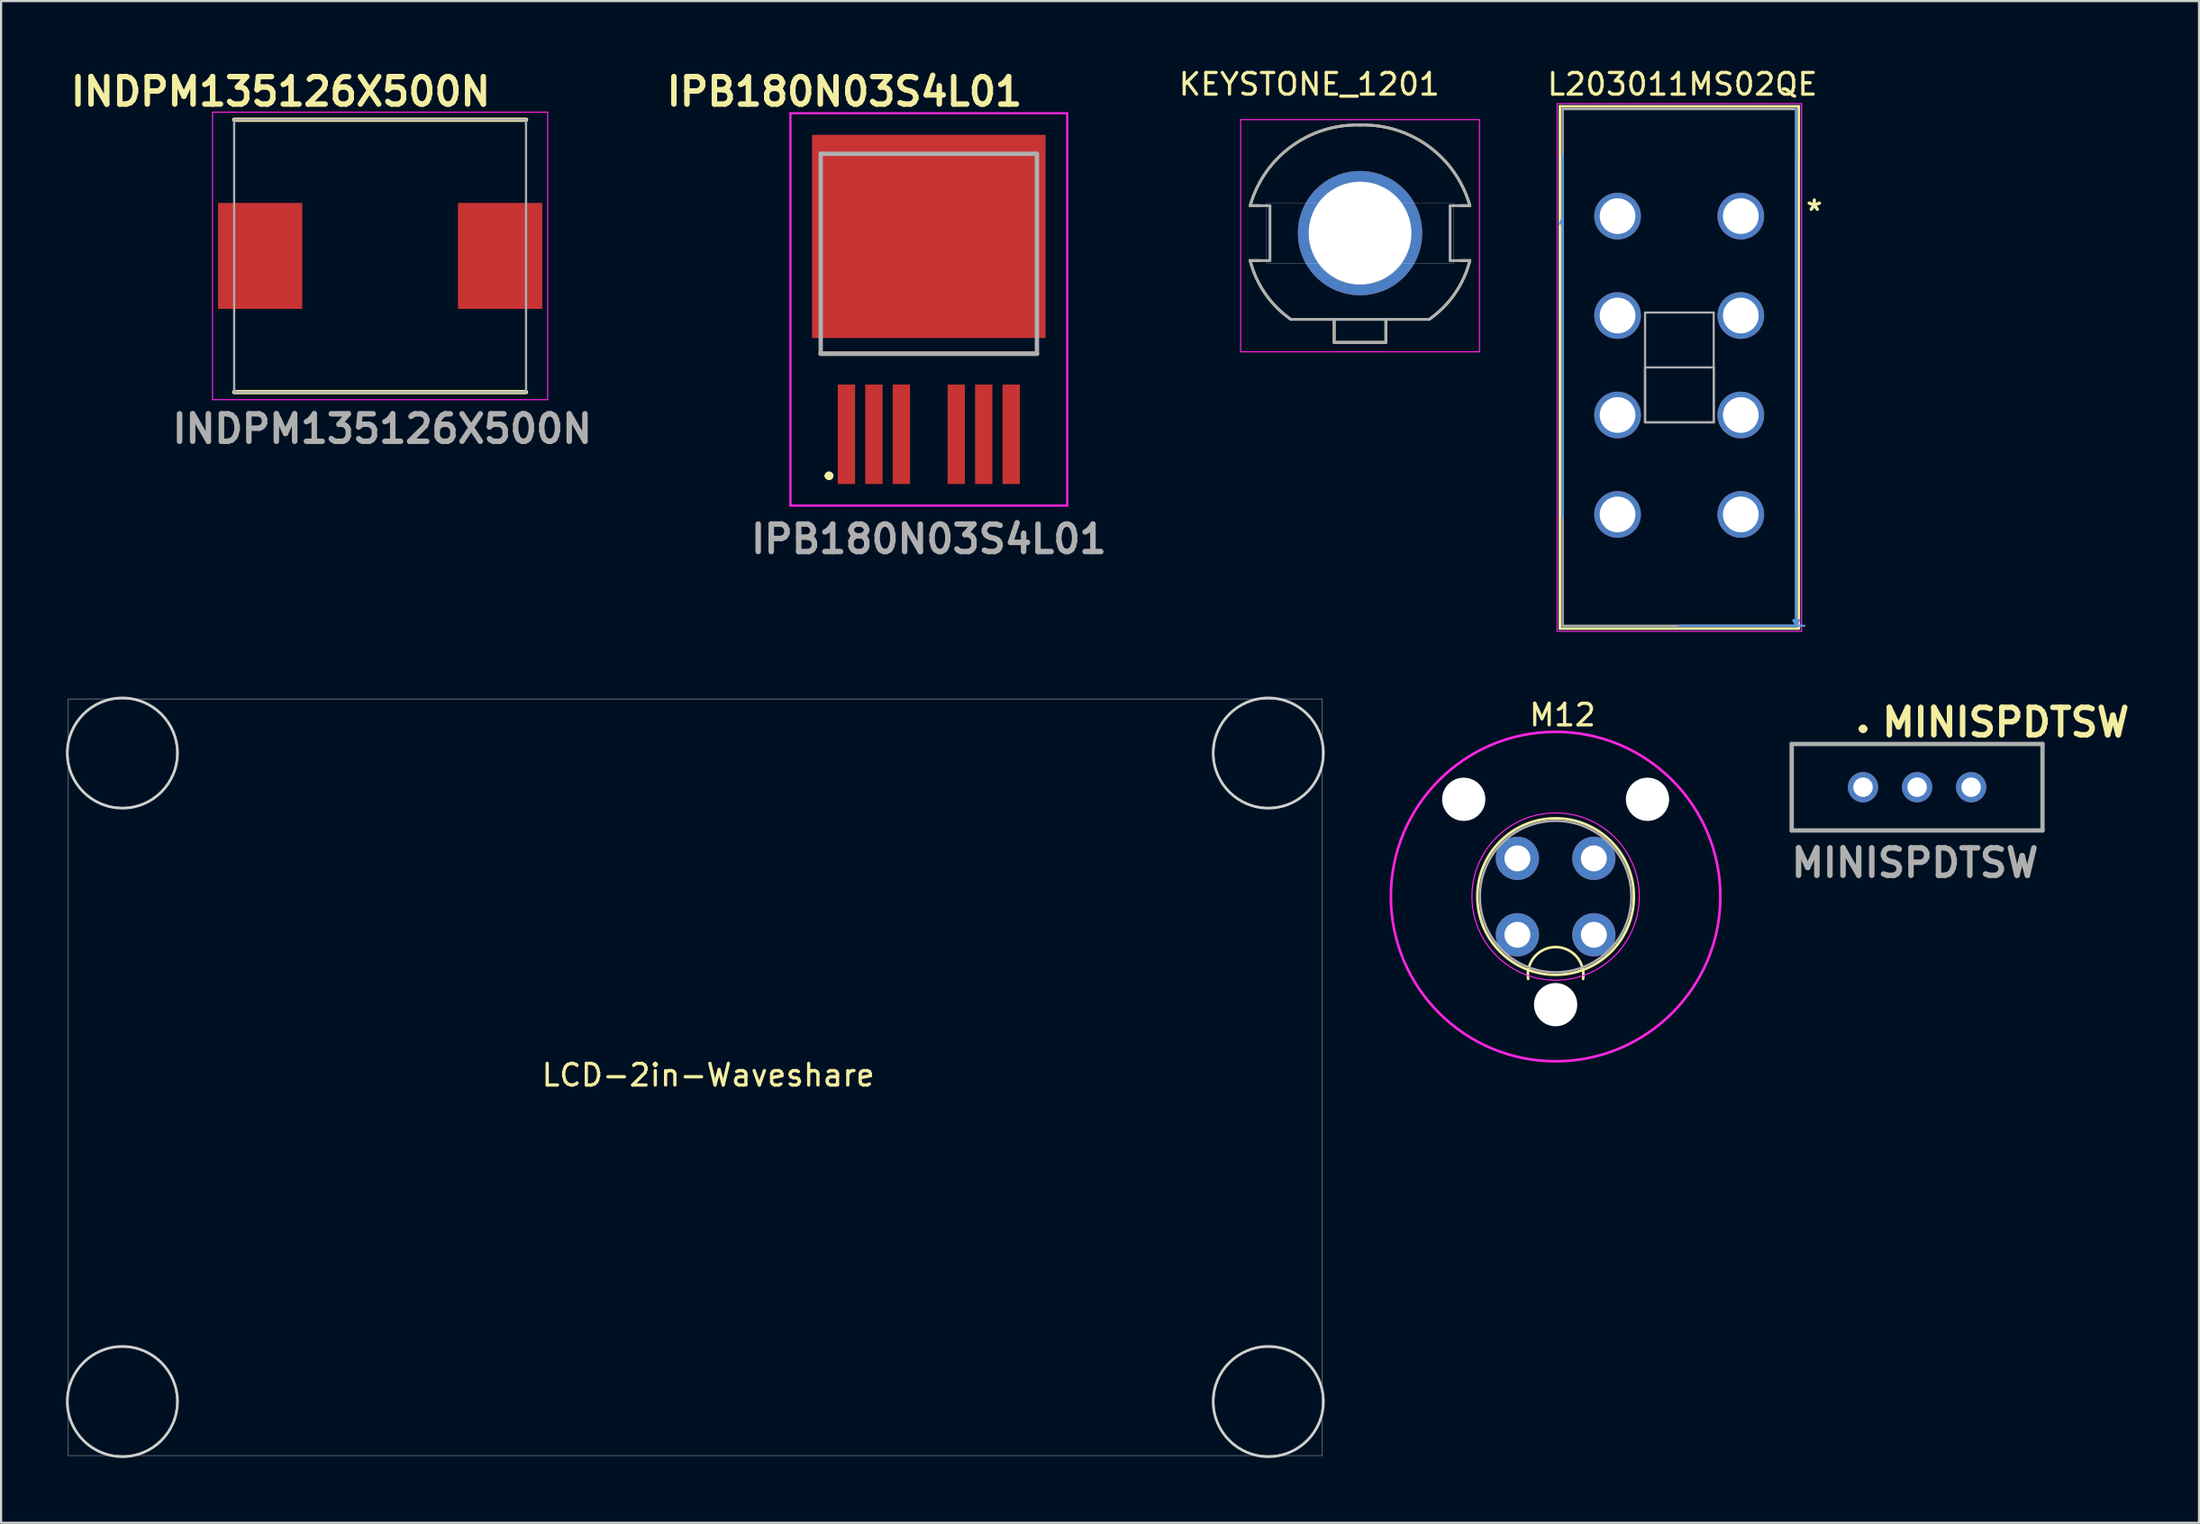
<source format=kicad_pcb>
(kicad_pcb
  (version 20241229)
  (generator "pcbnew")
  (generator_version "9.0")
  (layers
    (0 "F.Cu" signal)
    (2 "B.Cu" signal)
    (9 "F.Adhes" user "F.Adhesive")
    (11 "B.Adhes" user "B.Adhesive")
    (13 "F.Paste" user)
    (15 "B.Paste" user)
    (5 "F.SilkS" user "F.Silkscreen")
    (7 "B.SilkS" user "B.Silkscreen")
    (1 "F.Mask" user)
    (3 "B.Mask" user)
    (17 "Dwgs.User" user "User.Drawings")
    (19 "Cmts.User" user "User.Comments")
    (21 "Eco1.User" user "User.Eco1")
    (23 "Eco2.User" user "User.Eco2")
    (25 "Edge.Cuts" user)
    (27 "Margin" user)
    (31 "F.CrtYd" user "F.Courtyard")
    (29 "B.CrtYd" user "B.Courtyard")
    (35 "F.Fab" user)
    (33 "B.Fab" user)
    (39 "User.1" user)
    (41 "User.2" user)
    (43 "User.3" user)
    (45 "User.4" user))
  (footprint "L203011MS02QE"
    (layer "F.Cu")
    (at 74.575 13.953)
    (property "Reference" "L203011MS02QE" (at 0.189 -13.105 0) (layer "F.SilkS") (effects (font (size 1 1) (thickness 0.15))))
    (attr through_hole)
    (fp_line (start -5.476 -12.082) (end -5.476 12.073) (stroke (width 0.12) (type solid)) (layer "F.SilkS"))
    (fp_line (start -5.476 12.073) (end 5.573 12.073) (stroke (width 0.12) (type solid)) (layer "F.SilkS"))
    (fp_line (start 5.573 -12.082) (end -5.476 -12.082) (stroke (width 0.12) (type solid)) (layer "F.SilkS"))
    (fp_line (start 5.573 12.073) (end 5.573 -12.082) (stroke (width 0.12) (type solid)) (layer "F.SilkS"))
    (fp_line (start -5.351 -6.905) (end -5.479 -6.651) (stroke (width 0.1) (type solid)) (layer "Cmts.User"))
    (fp_line (start -5.351 -6.905) (end -5.351 -2.305) (stroke (width 0.1) (type solid)) (layer "Cmts.User"))
    (fp_line (start -5.349 6.895) (end -5.349 -9.826) (stroke (width 0.1) (type solid)) (layer "Cmts.User"))
    (fp_line (start 0.049 11.946) (end 5.83 11.946) (stroke (width 0.1) (type solid)) (layer "Cmts.User"))
    (fp_line (start 5.322 11.692) (end 5.576 11.692) (stroke (width 0.1) (type solid)) (layer "Cmts.User"))
    (fp_line (start 5.446 6.895) (end 5.446 -9.826) (stroke (width 0.1) (type solid)) (layer "Cmts.User"))
    (fp_line (start 5.449 -11.955) (end 5.449 11.946) (stroke (width 0.1) (type solid)) (layer "Cmts.User"))
    (fp_line (start 5.449 11.946) (end 5.322 11.692) (stroke (width 0.1) (type solid)) (layer "Cmts.User"))
    (fp_line (start 5.449 11.946) (end 5.576 11.692) (stroke (width 0.1) (type solid)) (layer "Cmts.User"))
    (fp_line (start -5.603 -12.209) (end -5.603 12.2) (stroke (width 0.05) (type solid)) (layer "F.CrtYd"))
    (fp_line (start 5.7 -12.209) (end -5.603 -12.209) (stroke (width 0.05) (type solid)) (layer "F.CrtYd"))
    (fp_line (start 5.7 -12.209) (end 5.7 12.2) (stroke (width 0.05) (type solid)) (layer "F.CrtYd"))
    (fp_line (start 5.7 12.2) (end -5.603 12.2) (stroke (width 0.05) (type solid)) (layer "F.CrtYd"))
    (fp_line (start -5.349 -11.955) (end -5.349 11.946) (stroke (width 0.1) (type solid)) (layer "F.Fab"))
    (fp_line (start -5.349 11.946) (end 5.446 11.946) (stroke (width 0.1) (type solid)) (layer "F.Fab"))
    (fp_line (start -1.539 -2.545) (end 1.636 -2.545) (stroke (width 0.1) (type solid)) (layer "F.Fab"))
    (fp_line (start -1.539 -0.005) (end 1.636 -0.005) (stroke (width 0.1) (type solid)) (layer "F.Fab"))
    (fp_line (start -1.539 2.535) (end -1.539 -2.545) (stroke (width 0.1) (type solid)) (layer "F.Fab"))
    (fp_line (start -1.539 2.535) (end -1.539 -0.005) (stroke (width 0.1) (type solid)) (layer "F.Fab"))
    (fp_line (start 1.636 -2.545) (end 1.636 2.535) (stroke (width 0.1) (type solid)) (layer "F.Fab"))
    (fp_line (start 1.636 -0.005) (end 1.636 2.535) (stroke (width 0.1) (type solid)) (layer "F.Fab"))
    (fp_line (start 1.636 2.535) (end -1.539 2.535) (stroke (width 0.1) (type solid)) (layer "F.Fab"))
    (fp_line (start 1.636 2.535) (end -1.539 2.535) (stroke (width 0.1) (type solid)) (layer "F.Fab"))
    (fp_line (start 5.446 -11.955) (end -5.349 -11.955) (stroke (width 0.1) (type solid)) (layer "F.Fab"))
    (fp_line (start 5.446 11.946) (end 5.446 -11.955) (stroke (width 0.1) (type solid)) (layer "F.Fab"))
    (fp_text user "*" (at 6.289 -7.205 0) (layer "F.SilkS") (effects (font (size 1 1) (thickness 0.15))))
    (pad "1" thru_hole circle (at 2.889 -7.005) (size 2.159 2.159) (drill 1.651) (layers "*.Cu" "*.Mask"))
    (pad "2" thru_hole circle (at 2.889 -2.405) (size 2.159 2.159) (drill 1.651) (layers "*.Cu" "*.Mask"))
    (pad "3" thru_hole circle (at 2.889 2.195) (size 2.159 2.159) (drill 1.651) (layers "*.Cu" "*.Mask"))
    (pad "4" thru_hole circle (at 2.889 6.795) (size 2.159 2.159) (drill 1.651) (layers "*.Cu" "*.Mask"))
    (pad "5" thru_hole circle (at -2.811 -7.005) (size 2.159 2.159) (drill 1.651) (layers "*.Cu" "*.Mask"))
    (pad "6" thru_hole circle (at -2.811 -2.405) (size 2.159 2.159) (drill 1.651) (layers "*.Cu" "*.Mask"))
    (pad "7" thru_hole circle (at -2.811 2.195) (size 2.159 2.159) (drill 1.651) (layers "*.Cu" "*.Mask"))
    (pad "8" thru_hole circle (at -2.811 6.795) (size 2.159 2.159) (drill 1.651) (layers "*.Cu" "*.Mask")))
  (footprint "IPB180N03S4L01"
    (layer "F.Cu")
    (at 39.909 7.889)
    (property "Reference" "IPB180N03S4L01" (at -3.9 -6.7 0) (layer "F.SilkS") (effects (font (size 1.27 1.27) (thickness 0.254))))
    (attr smd)
    (fp_line (start -5 5.425) (end 5 5.425) (stroke (width 0.2) (type solid)) (layer "F.SilkS"))
    (fp_line (start -4.718 11.071) (end -4.718 11.071) (stroke (width 0.204) (type solid)) (layer "F.SilkS"))
    (fp_line (start -4.514 11.071) (end -4.514 11.071) (stroke (width 0.204) (type solid)) (layer "F.SilkS"))
    (fp_arc (start -4.718 11.071) (mid -4.616 10.969) (end -4.514 11.071) (stroke (width 0.20408) (type solid)) (layer "F.SilkS"))
    (fp_arc (start -4.514 11.071) (mid -4.616 11.173) (end -4.718 11.071) (stroke (width 0.20408) (type solid)) (layer "F.SilkS"))
    (fp_line (start -6.4 -5.7) (end 6.4 -5.7) (stroke (width 0.1) (type solid)) (layer "F.CrtYd"))
    (fp_line (start -6.4 12.45) (end -6.4 -5.7) (stroke (width 0.1) (type solid)) (layer "F.CrtYd"))
    (fp_line (start 6.4 -5.7) (end 6.4 12.45) (stroke (width 0.1) (type solid)) (layer "F.CrtYd"))
    (fp_line (start 6.4 12.45) (end -6.4 12.45) (stroke (width 0.1) (type solid)) (layer "F.CrtYd"))
    (fp_line (start -5 -3.825) (end 5 -3.825) (stroke (width 0.2) (type solid)) (layer "F.Fab"))
    (fp_line (start -5 5.425) (end -5 -3.825) (stroke (width 0.2) (type solid)) (layer "F.Fab"))
    (fp_line (start 5 -3.825) (end 5 5.425) (stroke (width 0.2) (type solid)) (layer "F.Fab"))
    (fp_line (start 5 5.425) (end -5 5.425) (stroke (width 0.2) (type solid)) (layer "F.Fab"))
    (fp_text user "${REFERENCE}" (at 0 14 0) (layer "F.Fab") (effects (font (size 1.27 1.27) (thickness 0.254))))
    (pad "1" smd rect (at -3.81 9.15) (size 0.8 4.6) (layers "F.Cu" "F.Mask" "F.Paste"))
    (pad "2" smd rect (at -2.54 9.15) (size 0.8 4.6) (layers "F.Cu" "F.Mask" "F.Paste"))
    (pad "3" smd rect (at -1.27 9.15) (size 0.8 4.6) (layers "F.Cu" "F.Mask" "F.Paste"))
    (pad "4" smd rect (at 0 0 90) (size 9.4 10.8) (layers "F.Cu" "F.Mask" "F.Paste"))
    (pad "5" smd rect (at 1.27 9.15) (size 0.8 4.6) (layers "F.Cu" "F.Mask" "F.Paste"))
    (pad "6" smd rect (at 2.54 9.15) (size 0.8 4.6) (layers "F.Cu" "F.Mask" "F.Paste"))
    (pad "7" smd rect (at 3.81 9.15) (size 0.8 4.6) (layers "F.Cu" "F.Mask" "F.Paste")))
  (footprint "INDPM135126X500N"
    (layer "F.Cu")
    (at 14.53 8.789)
    (property "Reference" "INDPM135126X500N" (at -4.6 -7.6 0) (layer "F.SilkS") (effects (font (size 1.27 1.27) (thickness 0.254))))
    (attr smd)
    (fp_line (start -6.75 6.3) (end 6.75 6.3) (stroke (width 0.2) (type solid)) (layer "F.SilkS"))
    (fp_line (start 6.75 -6.3) (end -6.75 -6.3) (stroke (width 0.2) (type solid)) (layer "F.SilkS"))
    (fp_line (start -7.75 -6.65) (end 7.75 -6.65) (stroke (width 0.05) (type solid)) (layer "F.CrtYd"))
    (fp_line (start -7.75 6.65) (end -7.75 -6.65) (stroke (width 0.05) (type solid)) (layer "F.CrtYd"))
    (fp_line (start 7.75 -6.65) (end 7.75 6.65) (stroke (width 0.05) (type solid)) (layer "F.CrtYd"))
    (fp_line (start 7.75 6.65) (end -7.75 6.65) (stroke (width 0.05) (type solid)) (layer "F.CrtYd"))
    (fp_line (start -6.75 -6.3) (end 6.75 -6.3) (stroke (width 0.1) (type solid)) (layer "F.Fab"))
    (fp_line (start -6.75 6.3) (end -6.75 -6.3) (stroke (width 0.1) (type solid)) (layer "F.Fab"))
    (fp_line (start 6.75 -6.3) (end 6.75 6.3) (stroke (width 0.1) (type solid)) (layer "F.Fab"))
    (fp_line (start 6.75 6.3) (end -6.75 6.3) (stroke (width 0.1) (type solid)) (layer "F.Fab"))
    (fp_text user "${REFERENCE}" (at 0.1 8 0) (layer "F.Fab") (effects (font (size 1.27 1.27) (thickness 0.254))))
    (pad "1" smd rect (at -5.55 0) (size 3.9 4.9) (layers "F.Cu" "F.Mask" "F.Paste"))
    (pad "2" smd rect (at 5.55 0) (size 3.9 4.9) (layers "F.Cu" "F.Mask" "F.Paste")))
  (footprint "KEYSTONE_1201"
    (layer "F.Cu")
    (at 59.853 7.735)
    (property "Reference" "KEYSTONE_1201" (at -2.347 -6.887 0) (layer "F.SilkS") (effects (font (size 1 1) (thickness 0.15))))
    (attr through_hole)
    (fp_line (start -5.08 -1.27) (end -4.64 -1.27) (stroke (width 0.127) (type solid)) (layer "F.SilkS"))
    (fp_line (start -5.08 1.27) (end -4.64 1.27) (stroke (width 0.127) (type solid)) (layer "F.SilkS"))
    (fp_line (start -3.2 3.988) (end -1.195 3.988) (stroke (width 0.127) (type solid)) (layer "F.SilkS"))
    (fp_line (start -1.195 3.988) (end -1.195 5.055) (stroke (width 0.127) (type solid)) (layer "F.SilkS"))
    (fp_line (start -1.195 3.988) (end 1.195 3.988) (stroke (width 0.127) (type solid)) (layer "F.SilkS"))
    (fp_line (start -1.195 5.055) (end 1.195 5.055) (stroke (width 0.127) (type solid)) (layer "F.SilkS"))
    (fp_line (start 1.195 3.988) (end 3.2 3.988) (stroke (width 0.127) (type solid)) (layer "F.SilkS"))
    (fp_line (start 1.195 5.055) (end 1.195 3.988) (stroke (width 0.127) (type solid)) (layer "F.SilkS"))
    (fp_line (start 5.08 -1.27) (end 4.64 -1.27) (stroke (width 0.127) (type solid)) (layer "F.SilkS"))
    (fp_line (start 5.08 1.27) (end 4.64 1.27) (stroke (width 0.127) (type solid)) (layer "F.SilkS"))
    (fp_arc (start -5.08 -1.27) (mid -3.181841 -4.009143) (end 0 -5) (stroke (width 0.127) (type solid)) (layer "F.SilkS"))
    (fp_arc (start -3.2 3.9878) (mid -4.385729 2.79888) (end -5.08 1.27) (stroke (width 0.127) (type solid)) (layer "F.SilkS"))
    (fp_arc (start 0 -5) (mid 3.181842 -4.009143) (end 5.08 -1.27) (stroke (width 0.127) (type solid)) (layer "F.SilkS"))
    (fp_arc (start 5.08 1.27) (mid 4.385729 2.79888) (end 3.2 3.9878) (stroke (width 0.127) (type solid)) (layer "F.SilkS"))
    (fp_line (start -4.32 -1.395) (end -4.32 1.395) (stroke (width 0.01) (type solid)) (layer "Edge.Cuts"))
    (fp_line (start -4.32 1.395) (end -1.94 1.395) (stroke (width 0.01) (type solid)) (layer "Edge.Cuts"))
    (fp_line (start -1.94 -1.395) (end -4.32 -1.395) (stroke (width 0.01) (type solid)) (layer "Edge.Cuts"))
    (fp_line (start 1.94 1.395) (end 4.32 1.395) (stroke (width 0.01) (type solid)) (layer "Edge.Cuts"))
    (fp_line (start 4.32 -1.395) (end 1.94 -1.395) (stroke (width 0.01) (type solid)) (layer "Edge.Cuts"))
    (fp_line (start 4.32 1.395) (end 4.32 -1.395) (stroke (width 0.01) (type solid)) (layer "Edge.Cuts"))
    (fp_arc (start -1.94 -1.395) (mid -1.087639 -2.117876) (end 0 -2.375) (stroke (width 0.01) (type solid)) (layer "Edge.Cuts"))
    (fp_arc (start 0 -2.375) (mid 1.087639 -2.117876) (end 1.94 -1.395) (stroke (width 0.01) (type solid)) (layer "Edge.Cuts"))
    (fp_arc (start 0 2.375) (mid -1.087639 2.117876) (end -1.94 1.395) (stroke (width 0.01) (type solid)) (layer "Edge.Cuts"))
    (fp_arc (start 1.94 1.395) (mid 1.087639 2.117876) (end 0 2.375) (stroke (width 0.01) (type solid)) (layer "Edge.Cuts"))
    (fp_line (start -5.522 -5.252) (end -5.522 5.489) (stroke (width 0.05) (type solid)) (layer "F.CrtYd"))
    (fp_line (start -5.522 5.489) (end 5.522 5.489) (stroke (width 0.05) (type solid)) (layer "F.CrtYd"))
    (fp_line (start 5.522 -5.252) (end -5.522 -5.252) (stroke (width 0.05) (type solid)) (layer "F.CrtYd"))
    (fp_line (start 5.522 5.489) (end 5.522 -5.252) (stroke (width 0.05) (type solid)) (layer "F.CrtYd"))
    (fp_line (start -5.08 -1.27) (end -4.166 -1.27) (stroke (width 0.127) (type solid)) (layer "F.Fab"))
    (fp_line (start -5.08 1.27) (end -4.166 1.27) (stroke (width 0.127) (type solid)) (layer "F.Fab"))
    (fp_line (start -4.166 -1.27) (end -4.166 1.27) (stroke (width 0.127) (type solid)) (layer "F.Fab"))
    (fp_line (start -3.2 3.988) (end -1.195 3.988) (stroke (width 0.127) (type solid)) (layer "F.Fab"))
    (fp_line (start -1.195 3.988) (end -1.195 5.055) (stroke (width 0.127) (type solid)) (layer "F.Fab"))
    (fp_line (start -1.195 3.988) (end 1.195 3.988) (stroke (width 0.127) (type solid)) (layer "F.Fab"))
    (fp_line (start -1.195 5.055) (end 1.195 5.055) (stroke (width 0.127) (type solid)) (layer "F.Fab"))
    (fp_line (start 1.195 3.988) (end 3.2 3.988) (stroke (width 0.127) (type solid)) (layer "F.Fab"))
    (fp_line (start 1.195 5.055) (end 1.195 3.988) (stroke (width 0.127) (type solid)) (layer "F.Fab"))
    (fp_line (start 4.166 -1.27) (end 4.166 1.27) (stroke (width 0.127) (type solid)) (layer "F.Fab"))
    (fp_line (start 5.08 -1.27) (end 4.166 -1.27) (stroke (width 0.127) (type solid)) (layer "F.Fab"))
    (fp_line (start 5.08 1.27) (end 4.166 1.27) (stroke (width 0.127) (type solid)) (layer "F.Fab"))
    (fp_arc (start -5.08 -1.27) (mid -3.181841 -4.009143) (end 0 -5) (stroke (width 0.127) (type solid)) (layer "F.Fab"))
    (fp_arc (start -3.2 3.9878) (mid -4.385729 2.79888) (end -5.08 1.27) (stroke (width 0.127) (type solid)) (layer "F.Fab"))
    (fp_arc (start 0 -5) (mid 3.181842 -4.009143) (end 5.08 -1.27) (stroke (width 0.127) (type solid)) (layer "F.Fab"))
    (fp_arc (start 5.08 1.27) (mid 4.385729 2.79888) (end 3.2 3.9878) (stroke (width 0.127) (type solid)) (layer "F.Fab"))
    (pad "1" thru_hole circle (at 0 0) (size 5.75 5.75) (drill 4.75) (layers "*.Cu" "*.Mask")))
  (footprint "MINISPDTSW"
    (layer "F.Cu")
    (at 85.618 33.367)
    (property "Reference" "MINISPDTSW" (at 4.1 -3 0) (layer "F.SilkS") (effects (font (size 1.27 1.27) (thickness 0.254))))
    (attr through_hole)
    (fp_line (start -5.8 -2) (end 5.8 -2) (stroke (width 0.1) (type solid)) (layer "F.SilkS"))
    (fp_line (start -5.8 2) (end -5.8 -2) (stroke (width 0.1) (type solid)) (layer "F.SilkS"))
    (fp_line (start -2.6 -2.7) (end -2.6 -2.7) (stroke (width 0.2) (type solid)) (layer "F.SilkS"))
    (fp_line (start -2.4 -2.7) (end -2.4 -2.7) (stroke (width 0.2) (type solid)) (layer "F.SilkS"))
    (fp_line (start 5.8 -2) (end 5.8 2) (stroke (width 0.1) (type solid)) (layer "F.SilkS"))
    (fp_line (start 5.8 2) (end -5.8 2) (stroke (width 0.1) (type solid)) (layer "F.SilkS"))
    (fp_arc (start -2.6 -2.7) (mid -2.5 -2.8) (end -2.4 -2.7) (stroke (width 0.2) (type solid)) (layer "F.SilkS"))
    (fp_arc (start -2.4 -2.7) (mid -2.5 -2.6) (end -2.6 -2.7) (stroke (width 0.2) (type solid)) (layer "F.SilkS"))
    (fp_line (start -5.8 -2) (end 5.8 -2) (stroke (width 0.2) (type solid)) (layer "F.Fab"))
    (fp_line (start -5.8 2) (end -5.8 -2) (stroke (width 0.2) (type solid)) (layer "F.Fab"))
    (fp_line (start 5.8 -2) (end 5.8 2) (stroke (width 0.2) (type solid)) (layer "F.Fab"))
    (fp_line (start 5.8 2) (end -5.8 2) (stroke (width 0.2) (type solid)) (layer "F.Fab"))
    (fp_text user "${REFERENCE}" (at -0.1 3.5 0) (layer "F.Fab") (effects (font (size 1.27 1.27) (thickness 0.254))))
    (pad "1" thru_hole circle (at -2.5 0) (size 1.4 1.4) (drill 0.9) (layers "*.Cu" "*.Mask"))
    (pad "2" thru_hole circle (at 0 0) (size 1.4 1.4) (drill 0.9) (layers "*.Cu" "*.Mask"))
    (pad "3" thru_hole circle (at 2.5 0) (size 1.4 1.4) (drill 0.9) (layers "*.Cu" "*.Mask")))
  (footprint "M12"
    (layer "F.Cu")
    (at 69.019 38.426)
    (property "Reference" "M12" (at 0.2 -8.4 0) (unlocked yes) (layer "F.SilkS") (effects (font (size 1 1) (thickness 0.15))))
    (attr through_hole)
    (fp_arc (start -1.389999 3.810001) (mid -0.120001 2.335867) (end 1.149999 3.809999) (stroke (width 0.12) (type solid)) (layer "F.SilkS"))
    (fp_circle (center -0.12 0) (end -0.12 3.62) (stroke (width 0.12) (type solid)) (fill no) (layer "F.SilkS"))
    (fp_circle (center -0.12 0) (end -0.12 3.87) (stroke (width 0.05) (type solid)) (fill no) (layer "F.CrtYd"))
    (fp_circle (center -0.12 0) (end 7.5 0) (stroke (width 0.12) (type solid)) (fill no) (layer "F.CrtYd"))
    (fp_circle (center -0.12 0) (end -0.12 3.5) (stroke (width 0.1) (type solid)) (fill no) (layer "F.Fab"))
    (pad "" np_thru_hole circle (at -4.37 -4.5) (size 2 2) (drill 2) (layers "*.Cu" "*.Mask"))
    (pad "" np_thru_hole circle (at -0.12 5) (size 2 2) (drill 2) (layers "*.Cu" "*.Mask"))
    (pad "" np_thru_hole circle (at 4.13 -4.5) (size 2 2) (drill 2) (layers "*.Cu" "*.Mask"))
    (pad "1" thru_hole oval (at -1.888 1.768) (size 2 2) (drill 1.2) (layers "*.Cu" "*.Mask"))
    (pad "2" thru_hole oval (at 1.648 1.768) (size 2 2) (drill 1.2) (layers "*.Cu" "*.Mask"))
    (pad "3" thru_hole oval (at 1.648 -1.768) (size 2 2) (drill 1.2) (layers "*.Cu" "*.Mask"))
    (pad "4" thru_hole oval (at -1.888 -1.768) (size 2 2) (drill 1.2) (layers "*.Cu" "*.Mask")))
  (footprint "LCD-2in-Waveshare"
    (layer "F.Cu")
    (at 29.71 47.187)
    (property "Reference" "LCD-2in-Waveshare" (at 0 -0.5 0) (unlocked yes) (layer "F.SilkS") (effects (font (size 1 1) (thickness 0.15))))
    (attr through_hole)
    (fp_line (start -29.6 -17.9) (end -29.6 17.1) (stroke (width 0.02) (type solid)) (layer "Dwgs.User"))
    (fp_line (start -29.6 17.1) (end 28.4 17.1) (stroke (width 0.02) (type solid)) (layer "Dwgs.User"))
    (fp_line (start 28.4 -17.9) (end -29.6 -17.9) (stroke (width 0.02) (type solid)) (layer "Dwgs.User"))
    (fp_line (start 28.4 17.1) (end 28.4 -17.9) (stroke (width 0.02) (type solid)) (layer "Dwgs.User"))
    (fp_circle (center -27.1 -15.4) (end -24.6 -15.4) (stroke (width 0.02) (type solid)) (fill no) (layer "Dwgs.User"))
    (fp_circle (center -27.1 14.6) (end -24.6 14.6) (stroke (width 0.02) (type solid)) (fill no) (layer "Dwgs.User"))
    (fp_circle (center 25.9 -15.4) (end 28.4 -15.4) (stroke (width 0.02) (type solid)) (fill no) (layer "Dwgs.User"))
    (fp_circle (center 25.9 14.6) (end 28.4 14.6) (stroke (width 0.02) (type solid)) (fill no) (layer "Dwgs.User"))
    (fp_circle (center -27.1 -15.4) (end -24.8 -14.3) (stroke (width 0.12) (type default)) (fill no) (layer "Edge.Cuts"))
    (fp_circle (center -27.1 14.6) (end -24.8 15.7) (stroke (width 0.12) (type default)) (fill no) (layer "Edge.Cuts"))
    (fp_circle (center 25.9 -15.4) (end 28.2 -14.3) (stroke (width 0.12) (type default)) (fill no) (layer "Edge.Cuts"))
    (fp_circle (center 25.9 14.6) (end 28.2 15.7) (stroke (width 0.12) (type default)) (fill no) (layer "Edge.Cuts")))
  (gr_rect
    (start -3 -3)
    (end 98.657 67.397)
    (stroke (width 0.1) (type default))
    (fill no)
    (layer "Edge.Cuts")))
</source>
